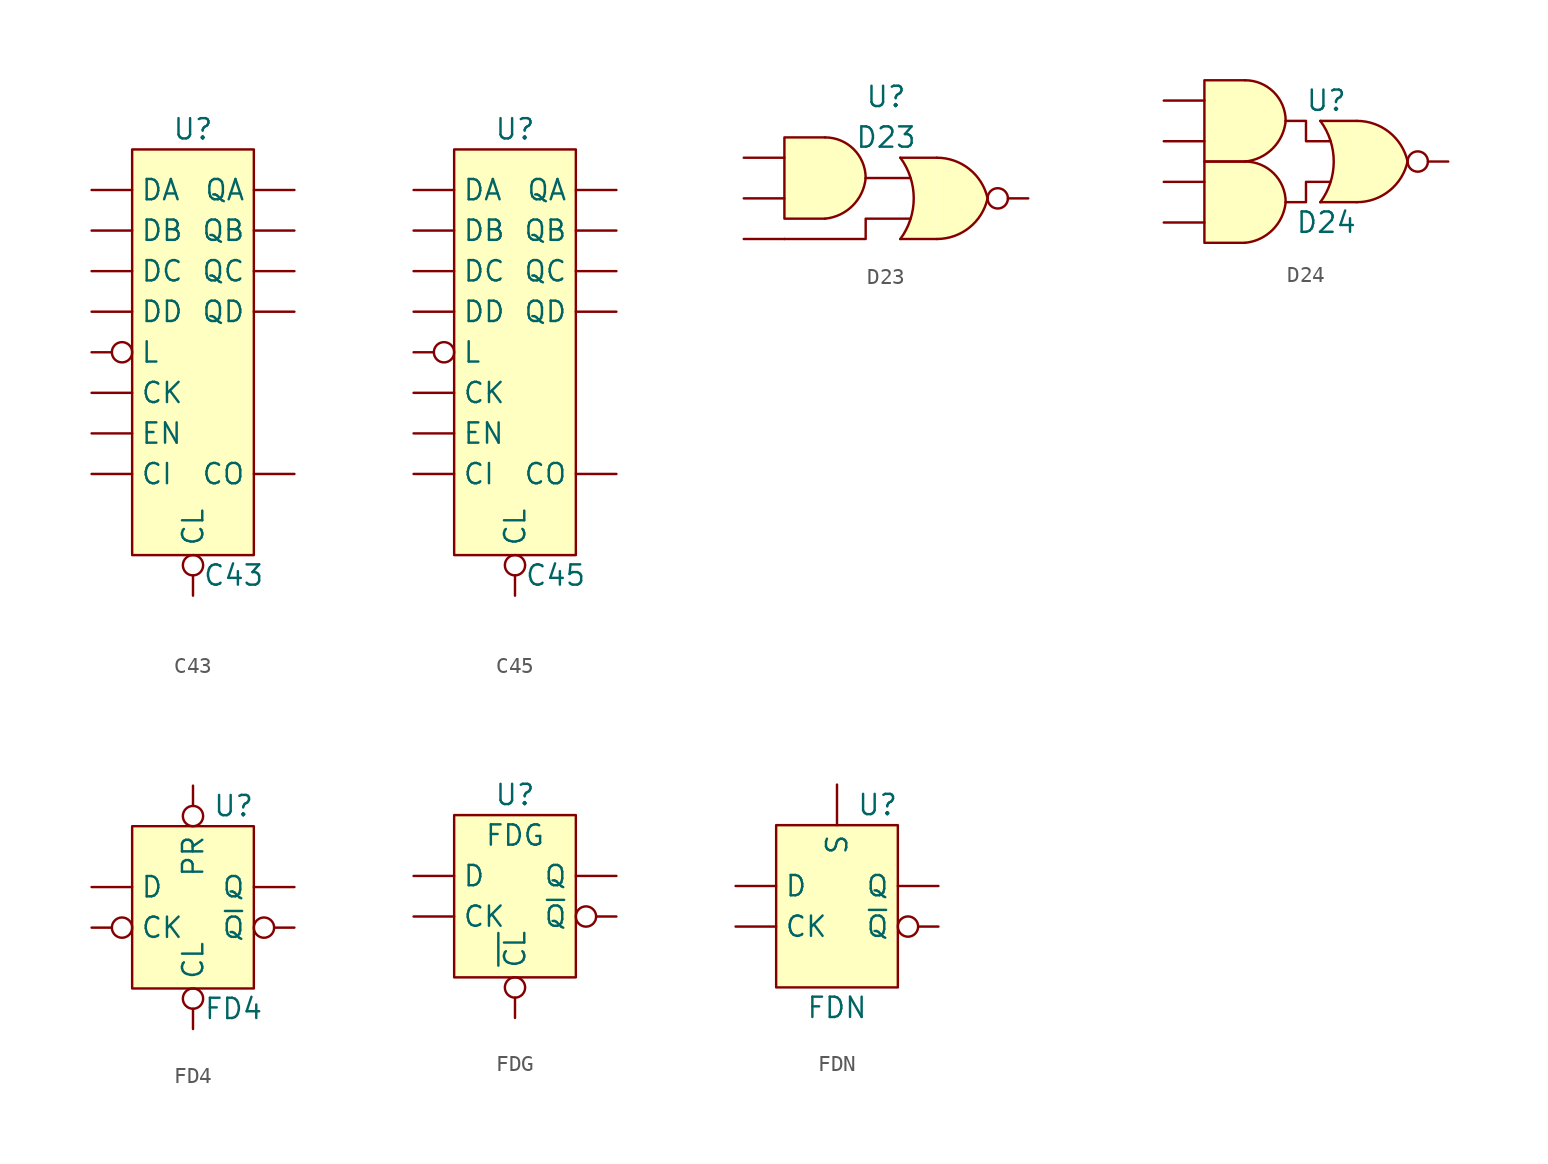
<source format=kicad_sym>
(kicad_symbol_lib
  (version 20220914)
  (generator kicad_symbol_editor)
  (symbol "C43"
    (property "Reference" "U"
      (at 0 13.97 0)
      (effects (font (size 1.27 1.27))))
    (property "Value" "C43"
      (at 2.54 -13.97 0)
      (effects (font (size 1.27 1.27))))
    (symbol "C43_1_1"
      (rectangle (start -3.81 12.7) (end 3.81 -12.7) (stroke (width 0) (type default)) (fill (type background)))
      (pin input line (at -6.35 -7.62 0) (length 2.54) (name "CI" (effects (font (size 1.27 1.27)))) (number "" (effects (font (size 1.27 1.27)))))
      (pin input line (at -6.35 -2.54 0) (length 2.54) (name "CK" (effects (font (size 1.27 1.27)))) (number "" (effects (font (size 1.27 1.27)))))
      (pin input inverted (at 0 -15.24 90) (length 2.54) (name "CL" (effects (font (size 1.27 1.27)))) (number "" (effects (font (size 1.27 1.27)))))
      (pin output line (at 6.35 -7.62 180) (length 2.54) (name "CO" (effects (font (size 1.27 1.27)))) (number "" (effects (font (size 1.27 1.27)))))
      (pin input line (at -6.35 10.16 0) (length 2.54) (name "DA" (effects (font (size 1.27 1.27)))) (number "" (effects (font (size 1.27 1.27)))))
      (pin input line (at -6.35 7.62 0) (length 2.54) (name "DB" (effects (font (size 1.27 1.27)))) (number "" (effects (font (size 1.27 1.27)))))
      (pin input line (at -6.35 5.08 0) (length 2.54) (name "DC" (effects (font (size 1.27 1.27)))) (number "" (effects (font (size 1.27 1.27)))))
      (pin input line (at -6.35 2.54 0) (length 2.54) (name "DD" (effects (font (size 1.27 1.27)))) (number "" (effects (font (size 1.27 1.27)))))
      (pin input line (at -6.35 -5.08 0) (length 2.54) (name "EN" (effects (font (size 1.27 1.27)))) (number "" (effects (font (size 1.27 1.27)))))
      (pin input inverted (at -6.35 0 0) (length 2.54) (name "L" (effects (font (size 1.27 1.27)))) (number "" (effects (font (size 1.27 1.27)))))
      (pin output line (at 6.35 10.16 180) (length 2.54) (name "QA" (effects (font (size 1.27 1.27)))) (number "" (effects (font (size 1.27 1.27)))))
      (pin output line (at 6.35 7.62 180) (length 2.54) (name "QB" (effects (font (size 1.27 1.27)))) (number "" (effects (font (size 1.27 1.27)))))
      (pin output line (at 6.35 5.08 180) (length 2.54) (name "QC" (effects (font (size 1.27 1.27)))) (number "" (effects (font (size 1.27 1.27)))))
      (pin output line (at 6.35 2.54 180) (length 2.54) (name "QD" (effects (font (size 1.27 1.27)))) (number "" (effects (font (size 1.27 1.27)))))))
  (symbol "C45"
    (property "Reference" "U"
      (at 0 13.97 0)
      (effects (font (size 1.27 1.27))))
    (property "Value" "C45"
      (at 2.54 -13.97 0)
      (effects (font (size 1.27 1.27))))
    (symbol "C45_1_1"
      (rectangle (start -3.81 12.7) (end 3.81 -12.7) (stroke (width 0) (type default)) (fill (type background)))
      (pin input line (at -6.35 -7.62 0) (length 2.54) (name "CI" (effects (font (size 1.27 1.27)))) (number "" (effects (font (size 1.27 1.27)))))
      (pin input line (at -6.35 -2.54 0) (length 2.54) (name "CK" (effects (font (size 1.27 1.27)))) (number "" (effects (font (size 1.27 1.27)))))
      (pin input inverted (at 0 -15.24 90) (length 2.54) (name "CL" (effects (font (size 1.27 1.27)))) (number "" (effects (font (size 1.27 1.27)))))
      (pin output line (at 6.35 -7.62 180) (length 2.54) (name "CO" (effects (font (size 1.27 1.27)))) (number "" (effects (font (size 1.27 1.27)))))
      (pin input line (at -6.35 10.16 0) (length 2.54) (name "DA" (effects (font (size 1.27 1.27)))) (number "" (effects (font (size 1.27 1.27)))))
      (pin input line (at -6.35 7.62 0) (length 2.54) (name "DB" (effects (font (size 1.27 1.27)))) (number "" (effects (font (size 1.27 1.27)))))
      (pin input line (at -6.35 5.08 0) (length 2.54) (name "DC" (effects (font (size 1.27 1.27)))) (number "" (effects (font (size 1.27 1.27)))))
      (pin input line (at -6.35 2.54 0) (length 2.54) (name "DD" (effects (font (size 1.27 1.27)))) (number "" (effects (font (size 1.27 1.27)))))
      (pin input line (at -6.35 -5.08 0) (length 2.54) (name "EN" (effects (font (size 1.27 1.27)))) (number "" (effects (font (size 1.27 1.27)))))
      (pin input inverted (at -6.35 0 0) (length 2.54) (name "L" (effects (font (size 1.27 1.27)))) (number "" (effects (font (size 1.27 1.27)))))
      (pin output line (at 6.35 10.16 180) (length 2.54) (name "QA" (effects (font (size 1.27 1.27)))) (number "" (effects (font (size 1.27 1.27)))))
      (pin output line (at 6.35 7.62 180) (length 2.54) (name "QB" (effects (font (size 1.27 1.27)))) (number "" (effects (font (size 1.27 1.27)))))
      (pin output line (at 6.35 5.08 180) (length 2.54) (name "QC" (effects (font (size 1.27 1.27)))) (number "" (effects (font (size 1.27 1.27)))))
      (pin output line (at 6.35 2.54 180) (length 2.54) (name "QD" (effects (font (size 1.27 1.27)))) (number "" (effects (font (size 1.27 1.27)))))))
  (symbol "D23"
    (property "Reference" "U"
      (at 0 6.35 0)
      (effects (font (size 1.27 1.27))))
    (property "Value" "D23"
      (at 0 3.81 0)
      (effects (font (size 1.27 1.27))))
    (symbol "D23_1_1"
      (arc (start -3.81 -1.27) (mid -2.0837 -0.4563) (end -1.27 1.27) (stroke (width 0) (type default)) (fill (type background)))
      (arc (start -1.27 1.27) (mid -2.0139 3.0661) (end -3.81 3.81) (stroke (width 0) (type default)) (fill (type background)))
      (polyline (pts (xy 3.175 -2.54) (xy 0.889 -2.54)) (stroke (width 0) (type default)) (fill (type outline)))
      (polyline (pts (xy 3.175 2.54) (xy 0.889 2.54)) (stroke (width 0) (type default)) (fill (type background)))
      (polyline (pts (xy -1.27 1.27) (xy -0.635 1.27) (xy 1.524 1.27)) (stroke (width 0) (type default)) (fill (type none)))
      (polyline (pts (xy -3.81 3.81) (xy -6.35 3.81) (xy -6.35 -1.27) (xy -3.81 -1.27)) (stroke (width 0) (type default)) (fill (type background)))
      (polyline (pts (xy -6.35 -2.54) (xy -1.27 -2.54) (xy -1.27 -1.27) (xy 1.27 -1.27) (xy 1.524 -1.27)) (stroke (width 0) (type default)) (fill (type none)))
      (polyline (pts (xy 3.175 2.54) (xy 0.889 2.54) (xy 1.27 1.905) (xy 1.524 1.27) (xy 1.651 0.762) (xy 1.702 0.457) (xy 1.727 0.178) (xy 1.727 -0.127) (xy 1.676 -0.66) (xy 1.6 -1.016) (xy 1.499 -1.372) (xy 1.372 -1.676) (xy 1.194 -2.057) (xy 1.016 -2.337) (xy 0.889 -2.54) (xy 3.175 -2.54)) (stroke (width -0.0001) (type default)) (fill (type background)))
      (arc (start 0.8973 -2.5398) (mid 1.7338 0.0001) (end 0.8971 2.54) (stroke (width 0) (type default)) (fill (type none)))
      (arc (start 3.175 -2.54) (mid 5.2091 -1.8283) (end 6.35 0) (stroke (width 0) (type default)) (fill (type background)))
      (arc (start 6.35 0) (mid 5.2094 1.8286) (end 3.175 2.54) (stroke (width 0) (type default)) (fill (type background)))
      (pin input line (at -8.89 -2.54 0) (length 2.54) (name "" (effects (font (size 1.27 1.27)))) (number "" (effects (font (size 1.27 1.27)))))
      (pin input line (at -8.89 0 0) (length 2.54) (name "" (effects (font (size 1.27 1.27)))) (number "" (effects (font (size 1.27 1.27)))))
      (pin input line (at -8.89 2.54 0) (length 2.54) (name "" (effects (font (size 1.27 1.27)))) (number "" (effects (font (size 1.27 1.27)))))
      (pin output inverted (at 8.89 0 180) (length 2.54) (name "" (effects (font (size 1.27 1.27)))) (number "" (effects (font (size 1.27 1.27)))))))
  (symbol "D24"
    (property "Reference" "U"
      (at 1.27 2.54 0)
      (effects (font (size 1.27 1.27))))
    (property "Value" "D24"
      (at 1.27 -5.08 0)
      (effects (font (size 1.27 1.27))))
    (symbol "D24_1_1"
      (arc (start -3.81 -6.35) (mid -2.0837 -5.5363) (end -1.27 -3.81) (stroke (width 0) (type default)) (fill (type background)))
      (arc (start -3.81 -1.27) (mid -2.0837 -0.4563) (end -1.27 1.27) (stroke (width 0) (type default)) (fill (type background)))
      (arc (start -1.27 -3.81) (mid -2.0139 -2.0139) (end -3.81 -1.27) (stroke (width 0) (type default)) (fill (type background)))
      (arc (start -1.27 1.27) (mid -2.0139 3.0661) (end -3.81 3.81) (stroke (width 0) (type default)) (fill (type background)))
      (polyline (pts (xy 3.175 -3.81) (xy 0.889 -3.81)) (stroke (width 0) (type default)) (fill (type outline)))
      (polyline (pts (xy 3.175 1.27) (xy 0.889 1.27)) (stroke (width 0) (type default)) (fill (type background)))
      (polyline (pts (xy -3.81 -1.27) (xy -6.35 -1.27) (xy -6.35 -6.35) (xy -3.81 -6.35)) (stroke (width 0) (type default)) (fill (type background)))
      (polyline (pts (xy -3.81 3.81) (xy -6.35 3.81) (xy -6.35 -1.27) (xy -3.81 -1.27)) (stroke (width 0) (type default)) (fill (type background)))
      (polyline (pts (xy -1.27 -3.81) (xy 0 -3.81) (xy 0 -2.54) (xy 1.524 -2.54)) (stroke (width 0) (type default)) (fill (type none)))
      (polyline (pts (xy -1.27 1.27) (xy 0 1.27) (xy 0 0) (xy 1.524 0)) (stroke (width 0) (type default)) (fill (type none)))
      (polyline (pts (xy 3.175 1.27) (xy 0.889 1.27) (xy 1.27 0.635) (xy 1.524 0) (xy 1.651 -0.508) (xy 1.702 -0.813) (xy 1.727 -1.092) (xy 1.727 -1.397) (xy 1.676 -1.93) (xy 1.6 -2.286) (xy 1.499 -2.642) (xy 1.372 -2.946) (xy 1.194 -3.327) (xy 1.016 -3.607) (xy 0.889 -3.81) (xy 3.175 -3.81)) (stroke (width -0.0001) (type default)) (fill (type background)))
      (arc (start 0.8973 -3.8098) (mid 1.7338 -1.2699) (end 0.8971 1.27) (stroke (width 0) (type default)) (fill (type none)))
      (arc (start 3.175 -3.81) (mid 5.2091 -3.0983) (end 6.35 -1.27) (stroke (width 0) (type default)) (fill (type background)))
      (arc (start 6.35 -1.27) (mid 5.2094 0.5586) (end 3.175 1.27) (stroke (width 0) (type default)) (fill (type background)))
      (pin input line (at -8.89 -5.08 0) (length 2.54) (name "" (effects (font (size 1.27 1.27)))) (number "" (effects (font (size 1.27 1.27)))))
      (pin input line (at -8.89 -2.54 0) (length 2.54) (name "" (effects (font (size 1.27 1.27)))) (number "" (effects (font (size 1.27 1.27)))))
      (pin input line (at -8.89 0 0) (length 2.54) (name "" (effects (font (size 1.27 1.27)))) (number "" (effects (font (size 1.27 1.27)))))
      (pin input line (at -8.89 2.54 0) (length 2.54) (name "" (effects (font (size 1.27 1.27)))) (number "" (effects (font (size 1.27 1.27)))))
      (pin output inverted (at 8.89 -1.27 180) (length 2.54) (name "" (effects (font (size 1.27 1.27)))) (number "" (effects (font (size 1.27 1.27)))))))
  (symbol "FD4"
    (property "Reference" "U"
      (at 2.54 6.35 0)
      (effects (font (size 1.27 1.27))))
    (property "Value" "FD4"
      (at 2.54 -6.35 0)
      (effects (font (size 1.27 1.27))))
    (symbol "FD4_1_1"
      (rectangle (start -3.81 5.08) (end 3.81 -5.08) (stroke (width 0) (type default)) (fill (type background)))
      (pin input inverted (at -6.35 -1.27 0) (length 2.54) (name "CK" (effects (font (size 1.27 1.27)))) (number "" (effects (font (size 1.27 1.27)))))
      (pin input inverted (at 0 -7.62 90) (length 2.54) (name "CL" (effects (font (size 1.27 1.27)))) (number "" (effects (font (size 1.27 1.27)))))
      (pin input line (at -6.35 1.27 0) (length 2.54) (name "D" (effects (font (size 1.27 1.27)))) (number "" (effects (font (size 1.27 1.27)))))
      (pin input inverted (at 0 7.62 270) (length 2.54) (name "PR" (effects (font (size 1.27 1.27)))) (number "" (effects (font (size 1.27 1.27)))))
      (pin output line (at 6.35 1.27 180) (length 2.54) (name "Q" (effects (font (size 1.27 1.27)))) (number "" (effects (font (size 1.27 1.27)))))
      (pin output inverted (at 6.35 -1.27 180) (length 2.54) (name "~{Q}" (effects (font (size 1.27 1.27)))) (number "" (effects (font (size 1.27 1.27)))))))
  (symbol "FDG"
    (property "Reference" "U"
      (at 0 6.35 0)
      (effects (font (size 1.27 1.27))))
    (property "Value" "FDG"
      (at 0 3.81 0)
      (effects (font (size 1.27 1.27))))
    (symbol "FDG_1_1"
      (rectangle (start -3.81 5.08) (end 3.81 -5.08) (stroke (width 0) (type default)) (fill (type background)))
      (pin input line (at -6.35 -1.27 0) (length 2.54) (name "CK" (effects (font (size 1.27 1.27)))) (number "" (effects (font (size 1.27 1.27)))))
      (pin input line (at -6.35 1.27 0) (length 2.54) (name "D" (effects (font (size 1.27 1.27)))) (number "" (effects (font (size 1.27 1.27)))))
      (pin output line (at 6.35 1.27 180) (length 2.54) (name "Q" (effects (font (size 1.27 1.27)))) (number "" (effects (font (size 1.27 1.27)))))
      (pin input inverted (at 0 -7.62 90) (length 2.54) (name "~{CL}" (effects (font (size 1.27 1.27)))) (number "" (effects (font (size 1.27 1.27)))))
      (pin output inverted (at 6.35 -1.27 180) (length 2.54) (name "~{Q}" (effects (font (size 1.27 1.27)))) (number "" (effects (font (size 1.27 1.27)))))))
  (symbol "FDN"
    (property "Reference" "U"
      (at 2.54 6.35 0)
      (effects (font (size 1.27 1.27))))
    (property "Value" "FDN"
      (at 0 -6.35 0)
      (effects (font (size 1.27 1.27))))
    (symbol "FDN_1_1"
      (rectangle (start -3.81 5.08) (end 3.81 -5.08) (stroke (width 0) (type default)) (fill (type background)))
      (pin input line (at -6.35 -1.27 0) (length 2.54) (name "CK" (effects (font (size 1.27 1.27)))) (number "" (effects (font (size 1.27 1.27)))))
      (pin input line (at -6.35 1.27 0) (length 2.54) (name "D" (effects (font (size 1.27 1.27)))) (number "" (effects (font (size 1.27 1.27)))))
      (pin output line (at 6.35 1.27 180) (length 2.54) (name "Q" (effects (font (size 1.27 1.27)))) (number "" (effects (font (size 1.27 1.27)))))
      (pin input line (at 0 7.62 270) (length 2.54) (name "S" (effects (font (size 1.27 1.27)))) (number "" (effects (font (size 1.27 1.27)))))
      (pin output inverted (at 6.35 -1.27 180) (length 2.54) (name "~{Q}" (effects (font (size 1.27 1.27)))) (number "" (effects (font (size 1.27 1.27))))))))
</source>
